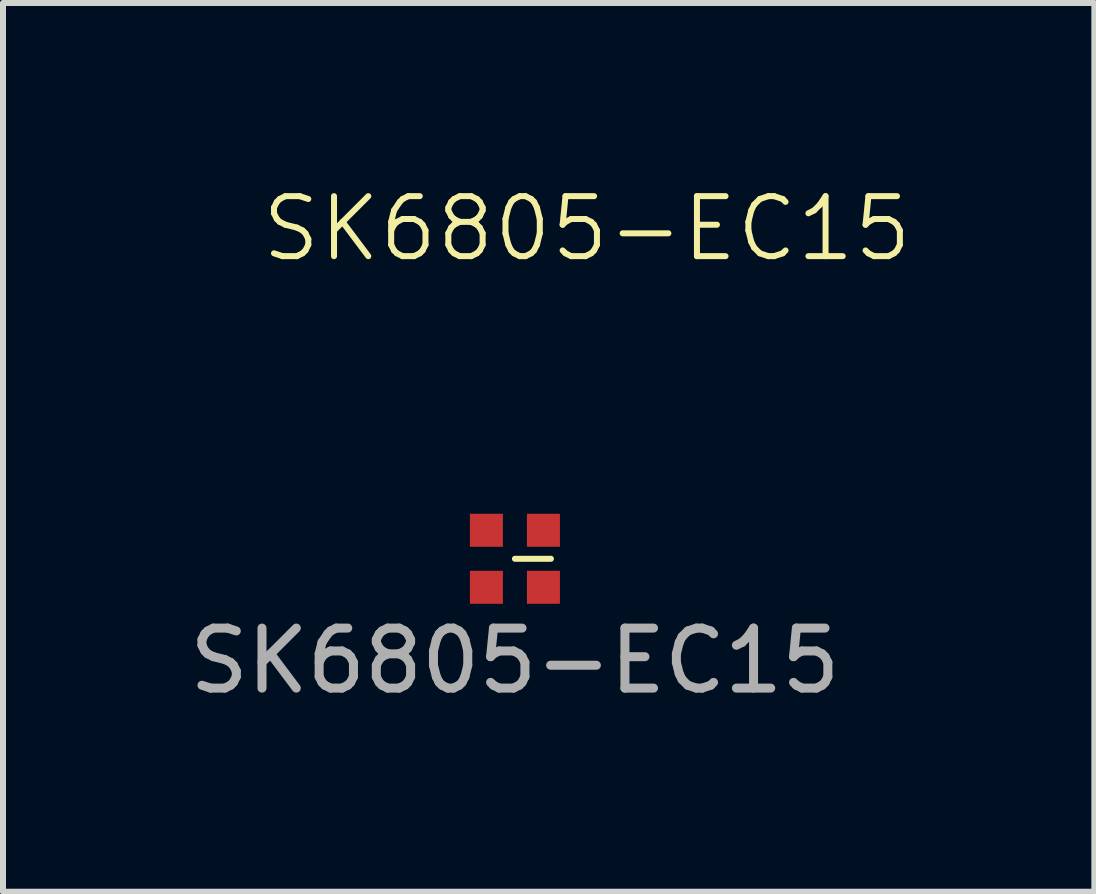
<source format=kicad_pcb>
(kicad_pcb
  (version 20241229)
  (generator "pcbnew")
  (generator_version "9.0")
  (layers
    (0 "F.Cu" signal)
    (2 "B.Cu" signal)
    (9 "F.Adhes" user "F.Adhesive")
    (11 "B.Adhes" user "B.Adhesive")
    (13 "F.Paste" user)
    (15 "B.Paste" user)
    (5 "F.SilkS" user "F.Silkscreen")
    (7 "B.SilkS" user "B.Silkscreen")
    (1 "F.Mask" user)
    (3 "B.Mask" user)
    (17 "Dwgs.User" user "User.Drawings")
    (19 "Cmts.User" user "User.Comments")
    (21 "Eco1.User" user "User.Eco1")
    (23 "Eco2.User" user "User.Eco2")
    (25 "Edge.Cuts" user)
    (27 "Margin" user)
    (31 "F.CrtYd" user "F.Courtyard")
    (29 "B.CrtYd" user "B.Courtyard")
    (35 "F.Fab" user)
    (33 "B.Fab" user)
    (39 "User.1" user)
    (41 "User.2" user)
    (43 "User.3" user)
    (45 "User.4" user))
  (footprint "SK6805-EC15"
    (layer "F.Cu")
    (at 5.53 6.261)
    (property "Reference" "SK6805-EC15" (at 1.2 -5.5 0) (unlocked yes) (layer "F.SilkS") (effects (font (size 1 1) (thickness 0.1))))
    (attr smd)
    (fp_line (start 0.6 0) (end 0 0) (stroke (width 0.1) (type solid)) (layer "F.SilkS"))
    (fp_text user "${REFERENCE}" (at 0 1.7 0) (unlocked yes) (layer "F.Fab") (effects (font (size 1 1) (thickness 0.15))))
    (pad "1" smd rect (at -0.475 0.475) (size 0.55 0.55) (layers "F.Cu" "F.Mask" "F.Paste"))
    (pad "2" smd rect (at 0.475 0.475) (size 0.55 0.55) (layers "F.Cu" "F.Mask" "F.Paste"))
    (pad "3" smd rect (at 0.475 -0.475) (size 0.55 0.55) (layers "F.Cu" "F.Mask" "F.Paste"))
    (pad "4" smd rect (at -0.475 -0.475) (size 0.55 0.55) (layers "F.Cu" "F.Mask" "F.Paste")))
  (gr_rect
    (start -3 -3)
    (end 15.185 11.809)
    (stroke (width 0.1) (type default))
    (fill no)
    (layer "Edge.Cuts")))
</source>
